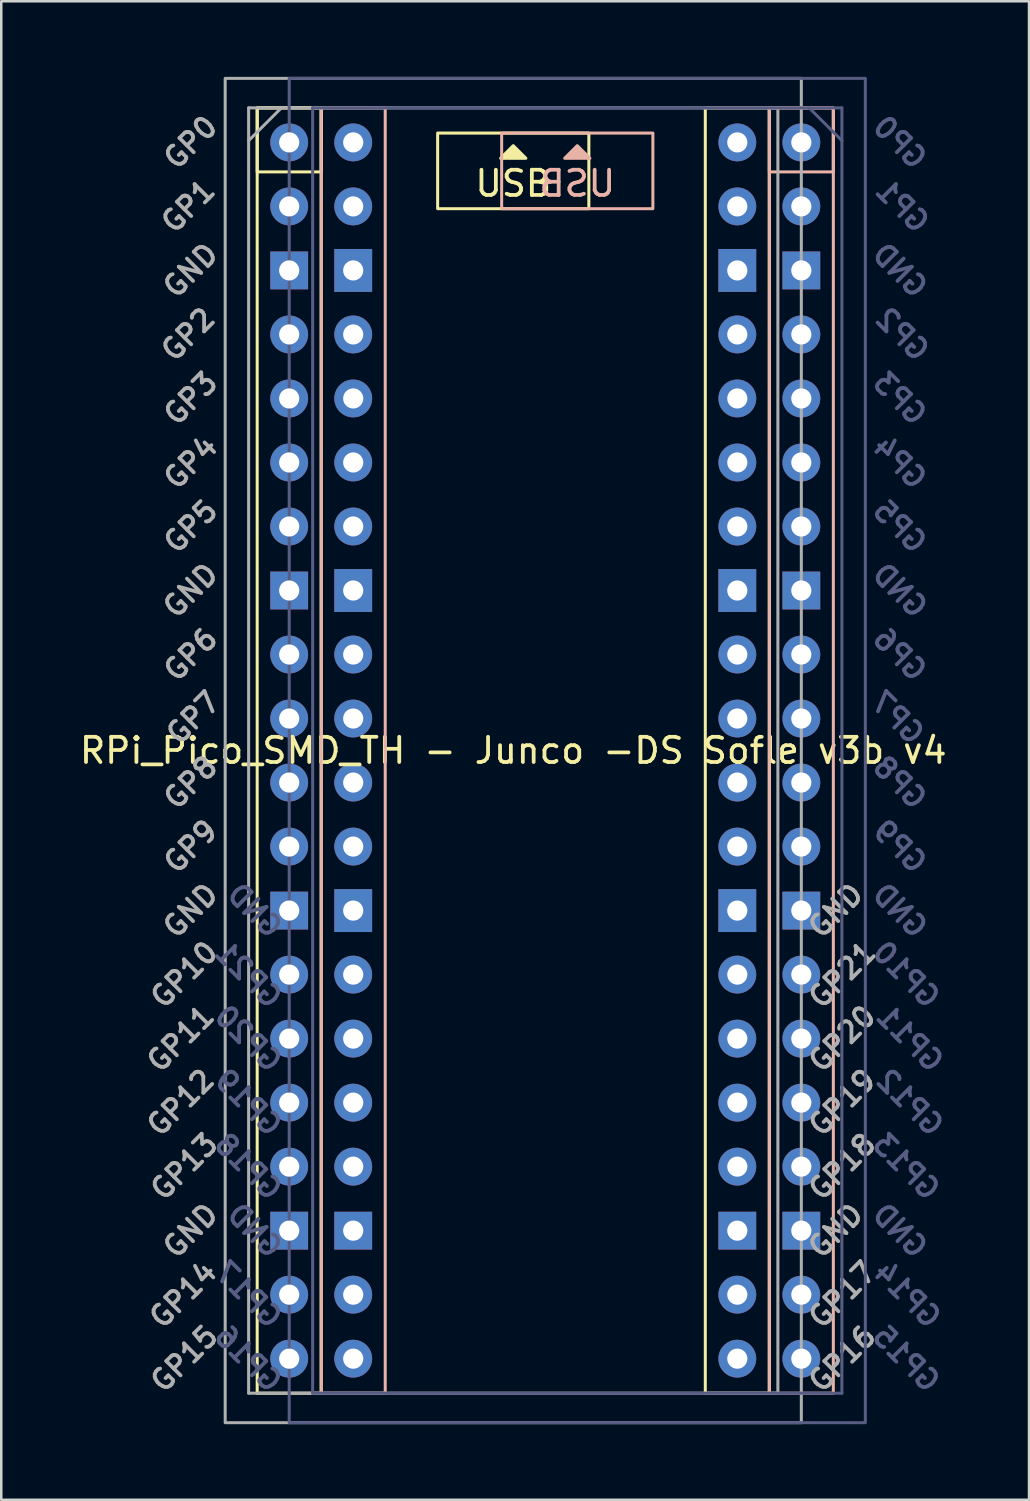
<source format=kicad_pcb>
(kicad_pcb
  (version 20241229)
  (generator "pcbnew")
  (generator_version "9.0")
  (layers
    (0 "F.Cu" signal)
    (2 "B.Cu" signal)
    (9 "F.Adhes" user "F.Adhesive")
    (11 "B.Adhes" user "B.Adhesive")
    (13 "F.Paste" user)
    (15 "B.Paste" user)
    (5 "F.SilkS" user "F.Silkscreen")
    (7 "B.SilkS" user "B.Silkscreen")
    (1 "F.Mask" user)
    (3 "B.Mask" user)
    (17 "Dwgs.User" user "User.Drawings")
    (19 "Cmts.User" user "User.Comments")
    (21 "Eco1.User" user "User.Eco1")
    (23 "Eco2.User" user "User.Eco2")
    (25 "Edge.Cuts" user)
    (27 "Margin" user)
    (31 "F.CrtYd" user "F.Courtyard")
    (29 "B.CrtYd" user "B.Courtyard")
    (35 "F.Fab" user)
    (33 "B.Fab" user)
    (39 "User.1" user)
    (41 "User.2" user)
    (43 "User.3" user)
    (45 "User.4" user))
  (footprint "RPi_Pico_SMD_TH - Junco -DS Sofle v3b v4"
    (layer "F.Cu")
    (at 18.585 26.73)
    (property "Reference" "RPi_Pico_SMD_TH - Junco -DS Sofle v3b v4" (at -1.27 0 0) (layer "F.SilkS") (effects (font (size 1 1) (thickness 0.15))))
    (attr through_hole)
    (fp_rect (start -11.43 -25.5) (end -8.89 -22.96) (stroke (width 0.12) (type default)) (fill no) (layer "F.SilkS"))
    (fp_rect (start -11.43 -25.5) (end -8.89 25.5) (stroke (width 0.12) (type default)) (fill no) (layer "F.SilkS"))
    (fp_rect (start -4.27 -24.5) (end 1.73 -21.5) (stroke (width 0.12) (type solid)) (fill no) (layer "F.SilkS"))
    (fp_rect (start 6.35 -25.5) (end 8.89 25.5) (stroke (width 0.12) (type default)) (fill no) (layer "F.SilkS"))
    (fp_poly (pts (xy -0.77 -23.5) (xy -1.77 -23.5) (xy -1.27 -24)) (stroke (width 0.12) (type solid)) (fill yes) (layer "F.SilkS"))
    (fp_rect (start -6.35 -25.5) (end -8.89 25.5) (stroke (width 0.12) (type default)) (fill no) (layer "B.SilkS"))
    (fp_rect (start 4.27 -24.5) (end -1.73 -21.5) (stroke (width 0.12) (type solid)) (fill no) (layer "B.SilkS"))
    (fp_rect (start 11.43 -25.5) (end 8.89 -22.96) (stroke (width 0.12) (type default)) (fill no) (layer "B.SilkS"))
    (fp_rect (start 11.43 -25.5) (end 8.89 25.5) (stroke (width 0.12) (type default)) (fill no) (layer "B.SilkS"))
    (fp_poly (pts (xy 0.77 -23.5) (xy 1.77 -23.5) (xy 1.27 -24)) (stroke (width 0.12) (type solid)) (fill yes) (layer "B.SilkS"))
    (fp_line (start -9.23 -25.5) (end -9.23 25.5) (stroke (width 0.12) (type solid)) (layer "B.Fab"))
    (fp_line (start -9.23 25.5) (end 11.77 25.5) (stroke (width 0.12) (type solid)) (layer "B.Fab"))
    (fp_line (start 11.77 -25.5) (end -9.23 -25.5) (stroke (width 0.12) (type solid)) (layer "B.Fab"))
    (fp_line (start 11.77 -24.2) (end 10.47 -25.5) (stroke (width 0.12) (type solid)) (layer "B.Fab"))
    (fp_line (start 11.77 25.5) (end 11.77 -25.5) (stroke (width 0.12) (type solid)) (layer "B.Fab"))
    (fp_rect (start 12.7 -26.67) (end -10.16 26.67) (stroke (width 0.12) (type solid)) (fill no) (layer "B.Fab"))
    (fp_line (start -11.77 -25.5) (end 9.23 -25.5) (stroke (width 0.12) (type solid)) (layer "F.Fab"))
    (fp_line (start -11.77 -24.2) (end -10.47 -25.5) (stroke (width 0.12) (type solid)) (layer "F.Fab"))
    (fp_line (start -11.77 25.5) (end -11.77 -25.5) (stroke (width 0.12) (type solid)) (layer "F.Fab"))
    (fp_line (start 9.23 -25.5) (end 9.23 25.5) (stroke (width 0.12) (type solid)) (layer "F.Fab"))
    (fp_line (start 9.23 25.5) (end -11.77 25.5) (stroke (width 0.12) (type solid)) (layer "F.Fab"))
    (fp_rect (start -12.7 -26.67) (end 10.16 26.67) (stroke (width 0.12) (type solid)) (fill no) (layer "F.Fab"))
    (fp_text user "USB" (at -1.27 -22.5 0) (unlocked yes) (layer "F.SilkS") (effects (font (size 1 1) (thickness 0.15))))
    (fp_text user "USB" (at 1.27 -22.5 0) (unlocked yes) (layer "B.SilkS") (effects (font (size 1 1) (thickness 0.15)) (justify mirror)))
    (fp_text user "GP19" (at -11.784 13.97 315) (layer "B.Fab") (effects (font (size 0.8 0.8) (thickness 0.15)) (justify mirror)))
    (fp_text user "GND" (at 14.07 -6.35 315) (layer "B.Fab") (effects (font (size 0.8 0.8) (thickness 0.15)) (justify mirror)))
    (fp_text user "GP11" (at 14.47 11.43 315) (layer "B.Fab") (effects (font (size 0.8 0.8) (thickness 0.15)) (justify mirror)))
    (fp_text user "GP5" (at 14.07 -8.89 315) (layer "B.Fab") (effects (font (size 0.8 0.8) (thickness 0.15)) (justify mirror)))
    (fp_text user "GP4" (at 14.07 -11.43 315) (layer "B.Fab") (effects (font (size 0.8 0.8) (thickness 0.15)) (justify mirror)))
    (fp_text user "GP1" (at 14.17 -21.6 315) (layer "B.Fab") (effects (font (size 0.8 0.8) (thickness 0.15)) (justify mirror)))
    (fp_text user "GP8" (at 14.07 1.27 315) (layer "B.Fab") (effects (font (size 0.8 0.8) (thickness 0.15)) (justify mirror)))
    (fp_text user "GP6" (at 14.07 -3.81 315) (layer "B.Fab") (effects (font (size 0.8 0.8) (thickness 0.15)) (justify mirror)))
    (fp_text user "GP7" (at 13.97 -1.3 315) (layer "B.Fab") (effects (font (size 0.8 0.8) (thickness 0.15)) (justify mirror)))
    (fp_text user "GP12" (at 14.47 13.97 315) (layer "B.Fab") (effects (font (size 0.8 0.8) (thickness 0.15)) (justify mirror)))
    (fp_text user "GP17" (at -11.784 21.59 315) (layer "B.Fab") (effects (font (size 0.8 0.8) (thickness 0.15)) (justify mirror)))
    (fp_text user "GP15" (at 14.324 24.13 315) (layer "B.Fab") (effects (font (size 0.8 0.8) (thickness 0.15)) (justify mirror)))
    (fp_text user "GP9" (at 14.07 3.81 315) (layer "B.Fab") (effects (font (size 0.8 0.8) (thickness 0.15)) (justify mirror)))
    (fp_text user "GP18" (at -11.784 16.51 315) (layer "B.Fab") (effects (font (size 0.8 0.8) (thickness 0.15)) (justify mirror)))
    (fp_text user "GP16" (at -11.784 24.13 315) (layer "B.Fab") (effects (font (size 0.8 0.8) (thickness 0.15)) (justify mirror)))
    (fp_text user "GP10" (at 14.324 8.89 315) (layer "B.Fab") (effects (font (size 0.8 0.8) (thickness 0.15)) (justify mirror)))
    (fp_text user "GP21" (at -11.784 8.9 315) (layer "B.Fab") (effects (font (size 0.8 0.8) (thickness 0.15)) (justify mirror)))
    (fp_text user "GP0" (at 14.07 -24.13 315) (layer "B.Fab") (effects (font (size 0.8 0.8) (thickness 0.15)) (justify mirror)))
    (fp_text user "GND" (at 14.07 19.05 315) (layer "B.Fab") (effects (font (size 0.8 0.8) (thickness 0.15)) (justify mirror)))
    (fp_text user "GP20" (at -11.784 11.43 315) (layer "B.Fab") (effects (font (size 0.8 0.8) (thickness 0.15)) (justify mirror)))
    (fp_text user "GP2" (at 14.17 -16.51 315) (layer "B.Fab") (effects (font (size 0.8 0.8) (thickness 0.15)) (justify mirror)))
    (fp_text user "GND" (at 14.07 -19.05 315) (layer "B.Fab") (effects (font (size 0.8 0.8) (thickness 0.15)) (justify mirror)))
    (fp_text user "GP3" (at 14.07 -13.97 315) (layer "B.Fab") (effects (font (size 0.8 0.8) (thickness 0.15)) (justify mirror)))
    (fp_text user "GP14" (at 14.37 21.59 315) (layer "B.Fab") (effects (font (size 0.8 0.8) (thickness 0.15)) (justify mirror)))
    (fp_text user "GND" (at -11.53 19.05 315) (layer "B.Fab") (effects (font (size 0.8 0.8) (thickness 0.15)) (justify mirror)))
    (fp_text user "GP13" (at 14.324 16.51 315) (layer "B.Fab") (effects (font (size 0.8 0.8) (thickness 0.15)) (justify mirror)))
    (fp_text user "GND" (at -11.53 6.35 315) (layer "B.Fab") (effects (font (size 0.8 0.8) (thickness 0.15)) (justify mirror)))
    (fp_text user "GND" (at 14.07 6.35 315) (layer "B.Fab") (effects (font (size 0.8 0.8) (thickness 0.15)) (justify mirror)))
    (fp_text user "GP9" (at -14.07 3.81 45) (layer "F.Fab") (effects (font (size 0.8 0.8) (thickness 0.15))))
    (fp_text user "GP17" (at 11.784 21.59 45) (layer "F.Fab") (effects (font (size 0.8 0.8) (thickness 0.15))))
    (fp_text user "GP19" (at 11.784 13.97 45) (layer "F.Fab") (effects (font (size 0.8 0.8) (thickness 0.15))))
    (fp_text user "GND" (at 11.53 19.05 45) (layer "F.Fab") (effects (font (size 0.8 0.8) (thickness 0.15))))
    (fp_text user "GND" (at -14.07 -19.05 45) (layer "F.Fab") (effects (font (size 0.8 0.8) (thickness 0.15))))
    (fp_text user "GND" (at -14.07 -6.35 45) (layer "F.Fab") (effects (font (size 0.8 0.8) (thickness 0.15))))
    (fp_text user "GP3" (at -14.07 -13.97 45) (layer "F.Fab") (effects (font (size 0.8 0.8) (thickness 0.15))))
    (fp_text user "GND" (at 11.53 6.35 45) (layer "F.Fab") (effects (font (size 0.8 0.8) (thickness 0.15))))
    (fp_text user "GP16" (at 11.784 24.13 45) (layer "F.Fab") (effects (font (size 0.8 0.8) (thickness 0.15))))
    (fp_text user "GP10" (at -14.324 8.89 45) (layer "F.Fab") (effects (font (size 0.8 0.8) (thickness 0.15))))
    (fp_text user "GP12" (at -14.47 13.97 45) (layer "F.Fab") (effects (font (size 0.8 0.8) (thickness 0.15))))
    (fp_text user "GP21" (at 11.784 8.9 45) (layer "F.Fab") (effects (font (size 0.8 0.8) (thickness 0.15))))
    (fp_text user "GP5" (at -14.07 -8.89 45) (layer "F.Fab") (effects (font (size 0.8 0.8) (thickness 0.15))))
    (fp_text user "GND" (at -14.07 6.35 45) (layer "F.Fab") (effects (font (size 0.8 0.8) (thickness 0.15))))
    (fp_text user "GP8" (at -14.07 1.27 45) (layer "F.Fab") (effects (font (size 0.8 0.8) (thickness 0.15))))
    (fp_text user "GP7" (at -13.97 -1.3 45) (layer "F.Fab") (effects (font (size 0.8 0.8) (thickness 0.15))))
    (fp_text user "GND" (at -14.07 19.05 45) (layer "F.Fab") (effects (font (size 0.8 0.8) (thickness 0.15))))
    (fp_text user "GP4" (at -14.07 -11.43 45) (layer "F.Fab") (effects (font (size 0.8 0.8) (thickness 0.15))))
    (fp_text user "GP11" (at -14.47 11.43 45) (layer "F.Fab") (effects (font (size 0.8 0.8) (thickness 0.15))))
    (fp_text user "GP14" (at -14.37 21.59 45) (layer "F.Fab") (effects (font (size 0.8 0.8) (thickness 0.15))))
    (fp_text user "GP20" (at 11.784 11.43 45) (layer "F.Fab") (effects (font (size 0.8 0.8) (thickness 0.15))))
    (fp_text user "GP6" (at -14.07 -3.81 45) (layer "F.Fab") (effects (font (size 0.8 0.8) (thickness 0.15))))
    (fp_text user "GP15" (at -14.324 24.13 45) (layer "F.Fab") (effects (font (size 0.8 0.8) (thickness 0.15))))
    (fp_text user "GP1" (at -14.17 -21.6 45) (layer "F.Fab") (effects (font (size 0.8 0.8) (thickness 0.15))))
    (fp_text user "GP18" (at 11.784 16.51 45) (layer "F.Fab") (effects (font (size 0.8 0.8) (thickness 0.15))))
    (fp_text user "GP2" (at -14.17 -16.51 45) (layer "F.Fab") (effects (font (size 0.8 0.8) (thickness 0.15))))
    (fp_text user "GP0" (at -14.07 -24.13 45) (layer "F.Fab") (effects (font (size 0.8 0.8) (thickness 0.15))))
    (fp_text user "GP13" (at -14.324 16.51 45) (layer "F.Fab") (effects (font (size 0.8 0.8) (thickness 0.15))))
    (pad "1" thru_hole circle (at -10.16 -24.13) (size 1.5 1.5) (drill 0.8) (layers "*.Cu" "B.Mask"))
    (pad "1" thru_hole circle (at 10.16 -24.13) (size 1.5 1.5) (drill 0.8) (layers "*.Cu" "F.Mask"))
    (pad "2" thru_hole circle (at -10.16 -21.59) (size 1.5 1.5) (drill 0.8) (layers "*.Cu" "B.Mask"))
    (pad "2" thru_hole circle (at 10.16 -21.59) (size 1.5 1.5) (drill 0.8) (layers "*.Cu" "F.Mask"))
    (pad "3" thru_hole rect (at -10.16 -19.05) (size 1.5 1.5) (drill 0.8) (layers "*.Cu" "B.Mask"))
    (pad "3" thru_hole rect (at 10.16 -19.05) (size 1.5 1.5) (drill 0.8) (layers "*.Cu" "F.Mask"))
    (pad "4" thru_hole circle (at -10.16 -16.51) (size 1.5 1.5) (drill 0.8) (layers "*.Cu" "B.Mask"))
    (pad "4" thru_hole circle (at 10.16 -16.51) (size 1.5 1.5) (drill 0.8) (layers "*.Cu" "F.Mask"))
    (pad "5" thru_hole circle (at -10.16 -13.97) (size 1.5 1.5) (drill 0.8) (layers "*.Cu" "B.Mask"))
    (pad "5" thru_hole circle (at 10.16 -13.97) (size 1.5 1.5) (drill 0.8) (layers "*.Cu" "F.Mask"))
    (pad "6" thru_hole circle (at -10.16 -11.43) (size 1.5 1.5) (drill 0.8) (layers "*.Cu" "B.Mask"))
    (pad "6" thru_hole circle (at 10.16 -11.43) (size 1.5 1.5) (drill 0.8) (layers "*.Cu" "F.Mask"))
    (pad "7" thru_hole circle (at -10.16 -8.89) (size 1.5 1.5) (drill 0.8) (layers "*.Cu" "B.Mask"))
    (pad "7" thru_hole circle (at 10.16 -8.89) (size 1.5 1.5) (drill 0.8) (layers "*.Cu" "F.Mask"))
    (pad "8" thru_hole rect (at -10.16 -6.35) (size 1.5 1.5) (drill 0.8) (layers "*.Cu" "B.Mask"))
    (pad "8" thru_hole rect (at 10.16 -6.35) (size 1.5 1.5) (drill 0.8) (layers "*.Cu" "F.Mask"))
    (pad "9" thru_hole circle (at -10.16 -3.81) (size 1.5 1.5) (drill 0.8) (layers "*.Cu" "B.Mask"))
    (pad "9" thru_hole circle (at 10.16 -3.81) (size 1.5 1.5) (drill 0.8) (layers "*.Cu" "F.Mask"))
    (pad "10" thru_hole circle (at -10.16 -1.27) (size 1.5 1.5) (drill 0.8) (layers "*.Cu" "B.Mask"))
    (pad "10" thru_hole circle (at 10.16 -1.27) (size 1.5 1.5) (drill 0.8) (layers "*.Cu" "F.Mask"))
    (pad "11" thru_hole circle (at -10.16 1.27) (size 1.5 1.5) (drill 0.8) (layers "*.Cu" "B.Mask"))
    (pad "11" thru_hole circle (at 10.16 1.27) (size 1.5 1.5) (drill 0.8) (layers "*.Cu" "F.Mask"))
    (pad "12" thru_hole circle (at -10.16 3.81) (size 1.5 1.5) (drill 0.8) (layers "*.Cu" "B.Mask"))
    (pad "12" thru_hole circle (at 10.16 3.81) (size 1.5 1.5) (drill 0.8) (layers "*.Cu" "F.Mask"))
    (pad "13" thru_hole rect (at -10.16 6.35) (size 1.5 1.5) (drill 0.8) (layers "*.Cu" "B.Mask"))
    (pad "13" thru_hole rect (at 10.16 6.35) (size 1.5 1.5) (drill 0.8) (layers "*.Cu" "F.Mask"))
    (pad "14" thru_hole circle (at -10.16 8.89) (size 1.5 1.5) (drill 0.8) (layers "*.Cu" "B.Mask"))
    (pad "14" thru_hole circle (at 10.16 8.89) (size 1.5 1.5) (drill 0.8) (layers "*.Cu" "F.Mask"))
    (pad "15" thru_hole circle (at -10.16 11.43) (size 1.5 1.5) (drill 0.8) (layers "*.Cu" "B.Mask"))
    (pad "15" thru_hole circle (at 10.16 11.43) (size 1.5 1.5) (drill 0.8) (layers "*.Cu" "F.Mask"))
    (pad "16" thru_hole circle (at -10.16 13.97) (size 1.5 1.5) (drill 0.8) (layers "*.Cu" "B.Mask"))
    (pad "16" thru_hole circle (at 10.16 13.97) (size 1.5 1.5) (drill 0.8) (layers "*.Cu" "F.Mask"))
    (pad "17" thru_hole circle (at -10.16 16.51) (size 1.5 1.5) (drill 0.8) (layers "*.Cu" "B.Mask"))
    (pad "17" thru_hole circle (at 10.16 16.51) (size 1.5 1.5) (drill 0.8) (layers "*.Cu" "F.Mask"))
    (pad "18" thru_hole rect (at -10.16 19.05) (size 1.5 1.5) (drill 0.8) (layers "*.Cu" "B.Mask"))
    (pad "18" thru_hole rect (at 10.16 19.05) (size 1.5 1.5) (drill 0.8) (layers "*.Cu" "F.Mask"))
    (pad "19" thru_hole circle (at -10.16 21.59) (size 1.5 1.5) (drill 0.8) (layers "*.Cu" "B.Mask"))
    (pad "19" thru_hole circle (at 10.16 21.59) (size 1.5 1.5) (drill 0.8) (layers "*.Cu" "F.Mask"))
    (pad "20" thru_hole circle (at -10.16 24.13) (size 1.5 1.5) (drill 0.8) (layers "*.Cu" "B.Mask"))
    (pad "20" thru_hole circle (at 10.16 24.13) (size 1.5 1.5) (drill 0.8) (layers "*.Cu" "F.Mask"))
    (pad "21" thru_hole circle (at -7.62 24.13) (size 1.5 1.5) (drill 0.8) (layers "*.Cu" "F.Mask"))
    (pad "21" thru_hole circle (at 7.62 24.13) (size 1.5 1.5) (drill 0.8) (layers "*.Cu" "B.Mask"))
    (pad "22" thru_hole circle (at -7.62 21.59) (size 1.5 1.5) (drill 0.8) (layers "*.Cu" "F.Mask"))
    (pad "22" thru_hole circle (at 7.62 21.59) (size 1.5 1.5) (drill 0.8) (layers "*.Cu" "B.Mask"))
    (pad "23" thru_hole rect (at -7.62 19.05) (size 1.5 1.5) (drill 0.8) (layers "*.Cu" "F.Mask"))
    (pad "23" thru_hole rect (at 7.62 19.05) (size 1.5 1.5) (drill 0.8) (layers "*.Cu" "B.Mask"))
    (pad "24" thru_hole circle (at -7.62 16.51) (size 1.5 1.5) (drill 0.8) (layers "*.Cu" "F.Mask"))
    (pad "24" thru_hole circle (at 7.62 16.51) (size 1.5 1.5) (drill 0.8) (layers "*.Cu" "B.Mask"))
    (pad "25" thru_hole circle (at -7.62 13.97) (size 1.5 1.5) (drill 0.8) (layers "*.Cu" "F.Mask"))
    (pad "25" thru_hole circle (at 7.62 13.97) (size 1.5 1.5) (drill 0.8) (layers "*.Cu" "B.Mask"))
    (pad "26" thru_hole circle (at -7.62 11.43) (size 1.5 1.5) (drill 0.8) (layers "*.Cu" "F.Mask"))
    (pad "26" thru_hole circle (at 7.62 11.43) (size 1.5 1.5) (drill 0.8) (layers "*.Cu" "B.Mask"))
    (pad "27" thru_hole circle (at -7.62 8.89) (size 1.5 1.5) (drill 0.8) (layers "*.Cu" "F.Mask"))
    (pad "27" thru_hole circle (at 7.62 8.89) (size 1.5 1.5) (drill 0.8) (layers "*.Cu" "B.Mask"))
    (pad "28" thru_hole rect (at -7.62 6.35) (size 1.5 1.7) (drill 0.8) (layers "*.Cu" "F.Mask"))
    (pad "28" thru_hole rect (at 7.62 6.35) (size 1.5 1.7) (drill 0.8) (layers "*.Cu" "B.Mask"))
    (pad "29" thru_hole circle (at -7.62 3.81) (size 1.5 1.5) (drill 0.8) (layers "*.Cu" "F.Mask"))
    (pad "29" thru_hole circle (at 7.62 3.81) (size 1.5 1.5) (drill 0.8) (layers "*.Cu" "B.Mask"))
    (pad "30" thru_hole circle (at -7.62 1.27) (size 1.5 1.5) (drill 0.8) (layers "*.Cu" "F.Mask"))
    (pad "30" thru_hole circle (at 7.62 1.27) (size 1.5 1.5) (drill 0.8) (layers "*.Cu" "B.Mask"))
    (pad "31" thru_hole circle (at -7.62 -1.27) (size 1.5 1.5) (drill 0.8) (layers "*.Cu" "F.Mask"))
    (pad "31" thru_hole circle (at 7.62 -1.27) (size 1.5 1.5) (drill 0.8) (layers "*.Cu" "B.Mask"))
    (pad "32" thru_hole circle (at -7.62 -3.81) (size 1.5 1.5) (drill 0.8) (layers "*.Cu" "F.Mask"))
    (pad "32" thru_hole circle (at 7.62 -3.81) (size 1.5 1.5) (drill 0.8) (layers "*.Cu" "B.Mask"))
    (pad "33" thru_hole rect (at -7.62 -6.35) (size 1.5 1.7) (drill 0.8) (layers "*.Cu" "F.Mask"))
    (pad "33" thru_hole rect (at 7.62 -6.35) (size 1.5 1.7) (drill 0.8) (layers "*.Cu" "B.Mask"))
    (pad "34" thru_hole circle (at -7.62 -8.89) (size 1.5 1.5) (drill 0.8) (layers "*.Cu" "F.Mask"))
    (pad "34" thru_hole circle (at 7.62 -8.89) (size 1.5 1.5) (drill 0.8) (layers "*.Cu" "B.Mask"))
    (pad "35" thru_hole circle (at -7.62 -11.43) (size 1.5 1.5) (drill 0.8) (layers "*.Cu" "F.Mask"))
    (pad "35" thru_hole circle (at 7.62 -11.43) (size 1.5 1.5) (drill 0.8) (layers "*.Cu" "B.Mask"))
    (pad "36" thru_hole circle (at -7.62 -13.97) (size 1.5 1.5) (drill 0.8) (layers "*.Cu" "F.Mask"))
    (pad "36" thru_hole circle (at 7.62 -13.97) (size 1.5 1.5) (drill 0.8) (layers "*.Cu" "B.Mask"))
    (pad "37" thru_hole circle (at -7.62 -16.51) (size 1.5 1.5) (drill 0.8) (layers "*.Cu" "F.Mask"))
    (pad "37" thru_hole circle (at 7.62 -16.51) (size 1.5 1.5) (drill 0.8) (layers "*.Cu" "B.Mask"))
    (pad "38" thru_hole rect (at -7.62 -19.05) (size 1.5 1.7) (drill 0.8) (layers "*.Cu" "F.Mask"))
    (pad "38" thru_hole rect (at 7.62 -19.05) (size 1.5 1.7) (drill 0.8) (layers "*.Cu" "B.Mask"))
    (pad "39" thru_hole circle (at -7.62 -21.59) (size 1.5 1.5) (drill 0.8) (layers "*.Cu" "F.Mask"))
    (pad "39" thru_hole circle (at 7.62 -21.59) (size 1.5 1.5) (drill 0.8) (layers "*.Cu" "B.Mask"))
    (pad "40" thru_hole circle (at -7.62 -24.13) (size 1.5 1.5) (drill 0.8) (layers "*.Cu" "F.Mask"))
    (pad "40" thru_hole circle (at 7.62 -24.13) (size 1.5 1.5) (drill 0.8) (layers "*.Cu" "B.Mask")))
  (gr_rect
    (start -3 -3)
    (end 37.78 56.46)
    (stroke (width 0.1) (type default))
    (fill no)
    (layer "Edge.Cuts")))
</source>
